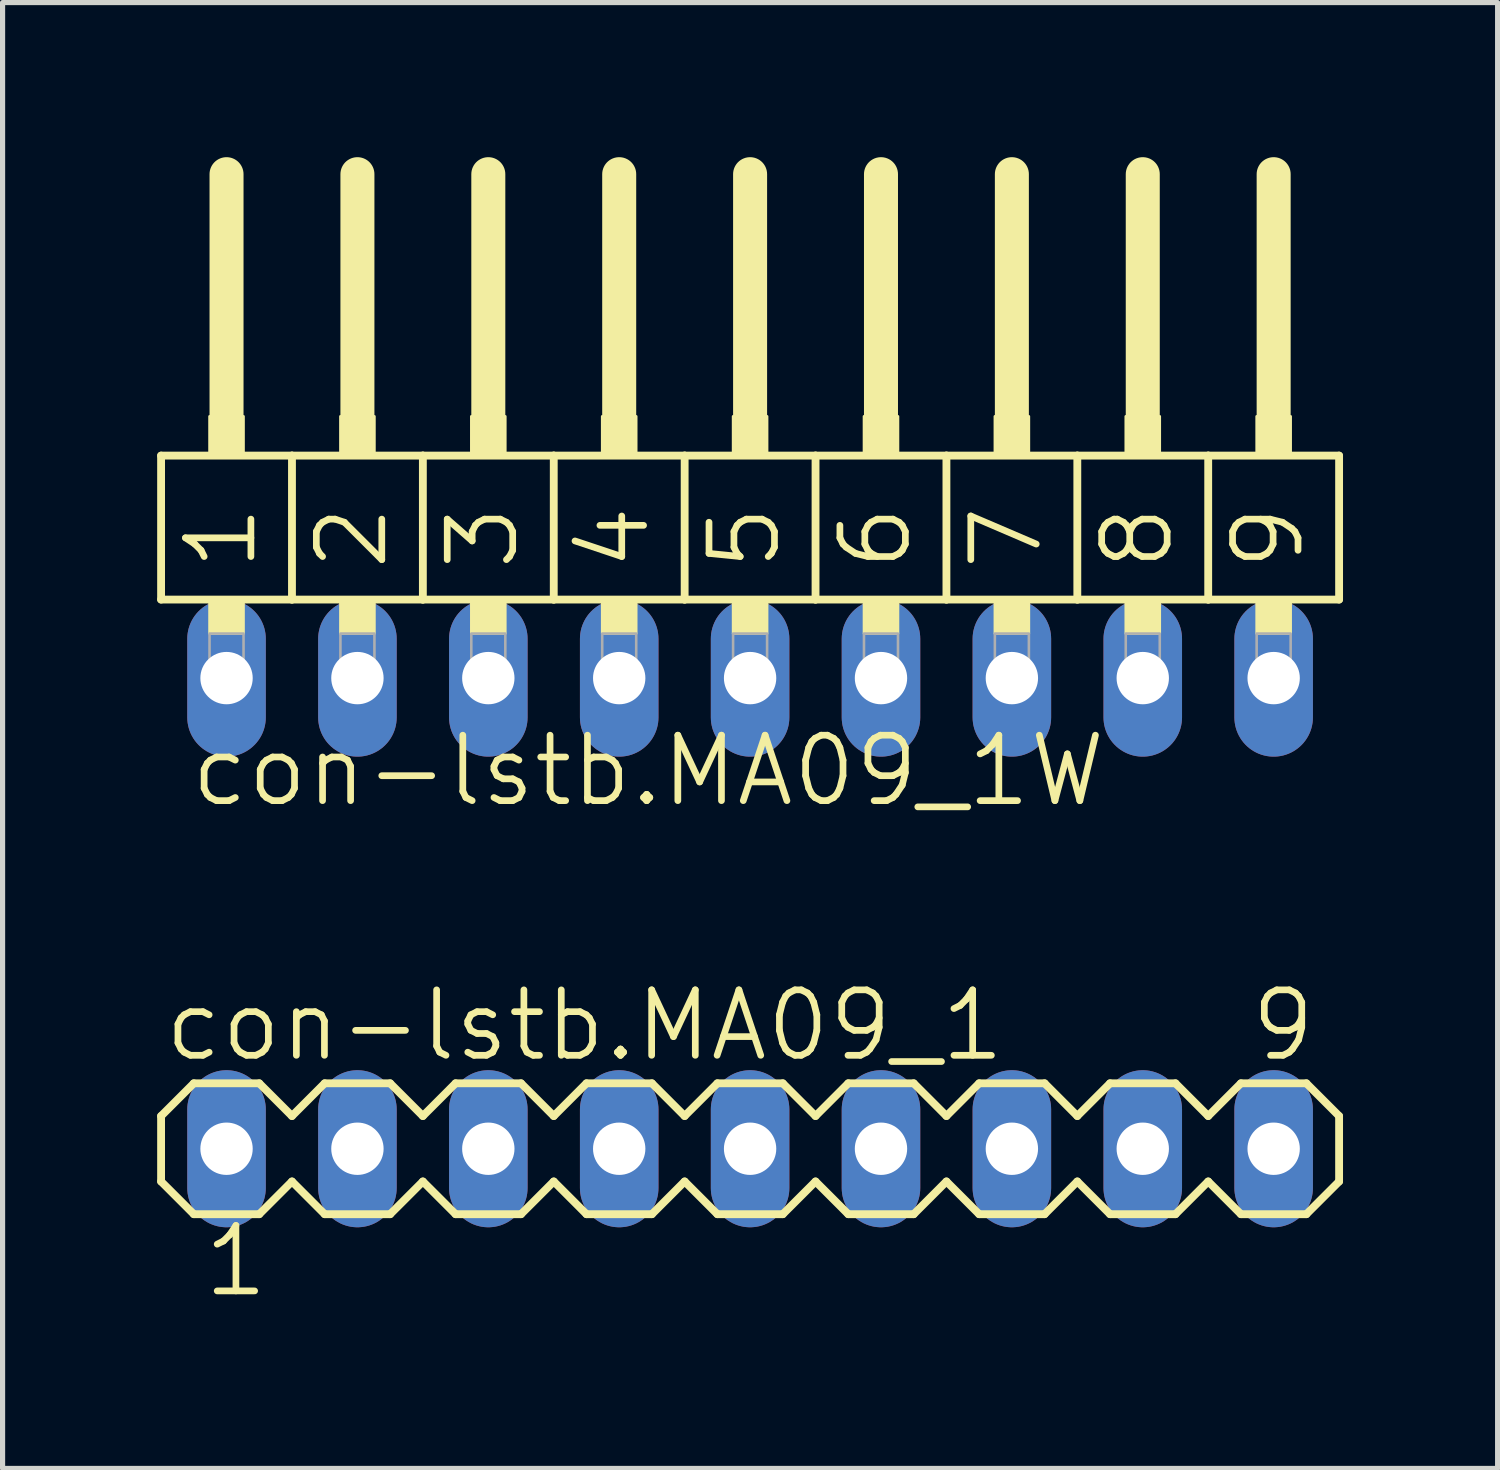
<source format=kicad_pcb>
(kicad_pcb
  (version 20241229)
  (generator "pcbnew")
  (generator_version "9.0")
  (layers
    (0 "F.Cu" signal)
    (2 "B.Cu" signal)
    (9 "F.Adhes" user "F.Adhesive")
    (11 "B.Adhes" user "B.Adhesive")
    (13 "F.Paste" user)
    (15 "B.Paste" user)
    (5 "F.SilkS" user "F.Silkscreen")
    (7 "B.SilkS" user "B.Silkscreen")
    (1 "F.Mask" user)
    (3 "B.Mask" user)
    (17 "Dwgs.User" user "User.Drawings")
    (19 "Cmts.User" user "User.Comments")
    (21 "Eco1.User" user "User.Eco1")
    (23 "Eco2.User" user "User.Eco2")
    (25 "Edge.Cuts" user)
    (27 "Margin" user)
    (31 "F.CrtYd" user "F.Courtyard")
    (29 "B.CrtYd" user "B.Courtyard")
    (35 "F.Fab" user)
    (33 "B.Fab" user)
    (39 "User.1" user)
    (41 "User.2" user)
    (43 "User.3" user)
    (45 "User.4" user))
  (footprint "con-lstb.MA09_1W"
    (layer "F.Cu")
    (at 11.506 10.109)
    (property "Reference" "con-lstb.MA09_1W" (at -10.922 2.54 0) (layer "F.SilkS") (effects (font (size 1.27 1.27) (thickness 0.13)) (justify left bottom)))
    (attr through_hole)
    (fp_line (start -11.43 -4.318) (end -8.89 -4.318) (stroke (width 0.152) (type default)) (layer "F.SilkS"))
    (fp_line (start -11.43 -1.524) (end -11.43 -4.318) (stroke (width 0.152) (type default)) (layer "F.SilkS"))
    (fp_line (start -10.16 -5.08) (end -10.16 -9.779) (stroke (width 0.66) (type default)) (layer "F.SilkS"))
    (fp_line (start -8.89 -4.318) (end -6.35 -4.318) (stroke (width 0.152) (type default)) (layer "F.SilkS"))
    (fp_line (start -8.89 -1.524) (end -11.43 -1.524) (stroke (width 0.152) (type default)) (layer "F.SilkS"))
    (fp_line (start -8.89 -1.524) (end -8.89 -4.318) (stroke (width 0.152) (type default)) (layer "F.SilkS"))
    (fp_line (start -8.89 -1.524) (end -6.35 -1.524) (stroke (width 0.152) (type default)) (layer "F.SilkS"))
    (fp_line (start -7.62 -5.08) (end -7.62 -9.779) (stroke (width 0.66) (type default)) (layer "F.SilkS"))
    (fp_line (start -6.35 -4.318) (end -3.81 -4.318) (stroke (width 0.152) (type default)) (layer "F.SilkS"))
    (fp_line (start -6.35 -1.524) (end -6.35 -4.318) (stroke (width 0.152) (type default)) (layer "F.SilkS"))
    (fp_line (start -5.08 -5.08) (end -5.08 -9.779) (stroke (width 0.66) (type default)) (layer "F.SilkS"))
    (fp_line (start -3.81 -4.318) (end -1.27 -4.318) (stroke (width 0.152) (type default)) (layer "F.SilkS"))
    (fp_line (start -3.81 -1.524) (end -6.35 -1.524) (stroke (width 0.152) (type default)) (layer "F.SilkS"))
    (fp_line (start -3.81 -1.524) (end -3.81 -4.318) (stroke (width 0.152) (type default)) (layer "F.SilkS"))
    (fp_line (start -2.54 -5.08) (end -2.54 -9.779) (stroke (width 0.66) (type default)) (layer "F.SilkS"))
    (fp_line (start -1.27 -4.318) (end 1.27 -4.318) (stroke (width 0.152) (type default)) (layer "F.SilkS"))
    (fp_line (start -1.27 -1.524) (end -3.81 -1.524) (stroke (width 0.152) (type default)) (layer "F.SilkS"))
    (fp_line (start -1.27 -1.524) (end -1.27 -4.318) (stroke (width 0.152) (type default)) (layer "F.SilkS"))
    (fp_line (start 0 -5.08) (end 0 -9.779) (stroke (width 0.66) (type default)) (layer "F.SilkS"))
    (fp_line (start 1.27 -4.318) (end 3.81 -4.318) (stroke (width 0.152) (type default)) (layer "F.SilkS"))
    (fp_line (start 1.27 -1.524) (end -1.27 -1.524) (stroke (width 0.152) (type default)) (layer "F.SilkS"))
    (fp_line (start 1.27 -1.524) (end 1.27 -4.318) (stroke (width 0.152) (type default)) (layer "F.SilkS"))
    (fp_line (start 2.54 -5.08) (end 2.54 -9.779) (stroke (width 0.66) (type default)) (layer "F.SilkS"))
    (fp_line (start 3.81 -4.318) (end 6.35 -4.318) (stroke (width 0.152) (type default)) (layer "F.SilkS"))
    (fp_line (start 3.81 -1.524) (end 1.27 -1.524) (stroke (width 0.152) (type default)) (layer "F.SilkS"))
    (fp_line (start 3.81 -1.524) (end 3.81 -4.318) (stroke (width 0.152) (type default)) (layer "F.SilkS"))
    (fp_line (start 3.81 -1.524) (end 6.35 -1.524) (stroke (width 0.152) (type default)) (layer "F.SilkS"))
    (fp_line (start 5.08 -5.08) (end 5.08 -9.779) (stroke (width 0.66) (type default)) (layer "F.SilkS"))
    (fp_line (start 6.35 -4.318) (end 8.89 -4.318) (stroke (width 0.152) (type default)) (layer "F.SilkS"))
    (fp_line (start 6.35 -1.524) (end 6.35 -4.318) (stroke (width 0.152) (type default)) (layer "F.SilkS"))
    (fp_line (start 7.62 -5.08) (end 7.62 -9.779) (stroke (width 0.66) (type default)) (layer "F.SilkS"))
    (fp_line (start 8.89 -4.318) (end 11.43 -4.318) (stroke (width 0.152) (type default)) (layer "F.SilkS"))
    (fp_line (start 8.89 -1.524) (end 6.35 -1.524) (stroke (width 0.152) (type default)) (layer "F.SilkS"))
    (fp_line (start 8.89 -1.524) (end 8.89 -4.318) (stroke (width 0.152) (type default)) (layer "F.SilkS"))
    (fp_line (start 10.16 -5.08) (end 10.16 -9.779) (stroke (width 0.66) (type default)) (layer "F.SilkS"))
    (fp_line (start 11.43 -1.524) (end 8.89 -1.524) (stroke (width 0.152) (type default)) (layer "F.SilkS"))
    (fp_line (start 11.43 -1.524) (end 11.43 -4.318) (stroke (width 0.152) (type default)) (layer "F.SilkS"))
    (fp_rect (start -10.49 -4.318) (end -9.83 -5.08) (stroke (width 0.05) (type default)) (fill yes) (layer "F.SilkS"))
    (fp_rect (start -10.49 -0.864) (end -9.83 -1.524) (stroke (width 0.05) (type default)) (fill yes) (layer "F.SilkS"))
    (fp_rect (start -7.95 -4.318) (end -7.29 -5.08) (stroke (width 0.05) (type default)) (fill yes) (layer "F.SilkS"))
    (fp_rect (start -7.95 -0.864) (end -7.29 -1.524) (stroke (width 0.05) (type default)) (fill yes) (layer "F.SilkS"))
    (fp_rect (start -5.41 -4.318) (end -4.75 -5.08) (stroke (width 0.05) (type default)) (fill yes) (layer "F.SilkS"))
    (fp_rect (start -5.41 -0.864) (end -4.75 -1.524) (stroke (width 0.05) (type default)) (fill yes) (layer "F.SilkS"))
    (fp_rect (start -2.87 -4.318) (end -2.21 -5.08) (stroke (width 0.05) (type default)) (fill yes) (layer "F.SilkS"))
    (fp_rect (start -2.87 -0.864) (end -2.21 -1.524) (stroke (width 0.05) (type default)) (fill yes) (layer "F.SilkS"))
    (fp_rect (start -0.33 -4.318) (end 0.33 -5.08) (stroke (width 0.05) (type default)) (fill yes) (layer "F.SilkS"))
    (fp_rect (start -0.33 -0.864) (end 0.33 -1.524) (stroke (width 0.05) (type default)) (fill yes) (layer "F.SilkS"))
    (fp_rect (start 2.21 -4.318) (end 2.87 -5.08) (stroke (width 0.05) (type default)) (fill yes) (layer "F.SilkS"))
    (fp_rect (start 2.21 -0.864) (end 2.87 -1.524) (stroke (width 0.05) (type default)) (fill yes) (layer "F.SilkS"))
    (fp_rect (start 4.75 -4.318) (end 5.41 -5.08) (stroke (width 0.05) (type default)) (fill yes) (layer "F.SilkS"))
    (fp_rect (start 4.75 -0.864) (end 5.41 -1.524) (stroke (width 0.05) (type default)) (fill yes) (layer "F.SilkS"))
    (fp_rect (start 7.29 -4.318) (end 7.95 -5.08) (stroke (width 0.05) (type default)) (fill yes) (layer "F.SilkS"))
    (fp_rect (start 7.29 -0.864) (end 7.95 -1.524) (stroke (width 0.05) (type default)) (fill yes) (layer "F.SilkS"))
    (fp_rect (start 9.83 -4.318) (end 10.49 -5.08) (stroke (width 0.05) (type default)) (fill yes) (layer "F.SilkS"))
    (fp_rect (start 9.83 -0.864) (end 10.49 -1.524) (stroke (width 0.05) (type default)) (fill yes) (layer "F.SilkS"))
    (fp_rect (start -10.49 0.33) (end -9.83 -0.864) (stroke (width 0.05) (type default)) (fill no) (layer "F.Fab"))
    (fp_rect (start -7.95 0.33) (end -7.29 -0.864) (stroke (width 0.05) (type default)) (fill no) (layer "F.Fab"))
    (fp_rect (start -5.41 0.33) (end -4.75 -0.864) (stroke (width 0.05) (type default)) (fill no) (layer "F.Fab"))
    (fp_rect (start -2.87 0.33) (end -2.21 -0.864) (stroke (width 0.05) (type default)) (fill no) (layer "F.Fab"))
    (fp_rect (start -0.33 0.33) (end 0.33 -0.864) (stroke (width 0.05) (type default)) (fill no) (layer "F.Fab"))
    (fp_rect (start 2.21 0.33) (end 2.87 -0.864) (stroke (width 0.05) (type default)) (fill no) (layer "F.Fab"))
    (fp_rect (start 4.75 0.33) (end 5.41 -0.864) (stroke (width 0.05) (type default)) (fill no) (layer "F.Fab"))
    (fp_rect (start 7.29 0.33) (end 7.95 -0.864) (stroke (width 0.05) (type default)) (fill no) (layer "F.Fab"))
    (fp_rect (start 9.83 0.33) (end 10.49 -0.864) (stroke (width 0.05) (type default)) (fill no) (layer "F.Fab"))
    (fp_text user "5" (at 0.635 -2.032 90) (layer "F.SilkS") (effects (font (size 1.27 1.27) (thickness 0.13)) (justify left bottom)))
    (fp_text user "3" (at -4.445 -2.032 90) (layer "F.SilkS") (effects (font (size 1.27 1.27) (thickness 0.13)) (justify left bottom)))
    (fp_text user "4" (at -1.905 -2.032 90) (layer "F.SilkS") (effects (font (size 1.27 1.27) (thickness 0.13)) (justify left bottom)))
    (fp_text user "8" (at 8.255 -2.032 90) (layer "F.SilkS") (effects (font (size 1.27 1.27) (thickness 0.13)) (justify left bottom)))
    (fp_text user "9" (at 10.795 -2.032 90) (layer "F.SilkS") (effects (font (size 1.27 1.27) (thickness 0.13)) (justify left bottom)))
    (fp_text user "6" (at 3.175 -2.032 90) (layer "F.SilkS") (effects (font (size 1.27 1.27) (thickness 0.13)) (justify left bottom)))
    (fp_text user "2" (at -6.985 -2.032 90) (layer "F.SilkS") (effects (font (size 1.27 1.27) (thickness 0.13)) (justify left bottom)))
    (fp_text user "1" (at -9.525 -2.032 90) (layer "F.SilkS") (effects (font (size 1.27 1.27) (thickness 0.13)) (justify left bottom)))
    (fp_text user "7" (at 5.715 -2.032 90) (layer "F.SilkS") (effects (font (size 1.27 1.27) (thickness 0.13)) (justify left bottom)))
    (pad "1" thru_hole oval (at -10.16 0 90) (size 3.048 1.524) (drill 1.016) (layers "*.Cu" "*.Mask"))
    (pad "2" thru_hole oval (at -7.62 0 90) (size 3.048 1.524) (drill 1.016) (layers "*.Cu" "*.Mask"))
    (pad "3" thru_hole oval (at -5.08 0 90) (size 3.048 1.524) (drill 1.016) (layers "*.Cu" "*.Mask"))
    (pad "4" thru_hole oval (at -2.54 0 90) (size 3.048 1.524) (drill 1.016) (layers "*.Cu" "*.Mask"))
    (pad "5" thru_hole oval (at 0 0 90) (size 3.048 1.524) (drill 1.016) (layers "*.Cu" "*.Mask"))
    (pad "6" thru_hole oval (at 2.54 0 90) (size 3.048 1.524) (drill 1.016) (layers "*.Cu" "*.Mask"))
    (pad "7" thru_hole oval (at 5.08 0 90) (size 3.048 1.524) (drill 1.016) (layers "*.Cu" "*.Mask"))
    (pad "8" thru_hole oval (at 7.62 0 90) (size 3.048 1.524) (drill 1.016) (layers "*.Cu" "*.Mask"))
    (pad "9" thru_hole oval (at 10.16 0 90) (size 3.048 1.524) (drill 1.016) (layers "*.Cu" "*.Mask")))
  (footprint "con-lstb.MA09_1"
    (layer "F.Cu")
    (at 11.506 19.242)
    (property "Reference" "con-lstb.MA09_1" (at -11.43 -1.651 0) (layer "F.SilkS") (effects (font (size 1.27 1.27) (thickness 0.13)) (justify left bottom)))
    (attr through_hole)
    (fp_line (start -11.43 -0.635) (end -11.43 0.635) (stroke (width 0.152) (type default)) (layer "F.SilkS"))
    (fp_line (start -11.43 0.635) (end -10.795 1.27) (stroke (width 0.152) (type default)) (layer "F.SilkS"))
    (fp_line (start -10.795 -1.27) (end -11.43 -0.635) (stroke (width 0.152) (type default)) (layer "F.SilkS"))
    (fp_line (start -10.795 -1.27) (end -9.525 -1.27) (stroke (width 0.152) (type default)) (layer "F.SilkS"))
    (fp_line (start -9.525 -1.27) (end -8.89 -0.635) (stroke (width 0.152) (type default)) (layer "F.SilkS"))
    (fp_line (start -9.525 1.27) (end -10.795 1.27) (stroke (width 0.152) (type default)) (layer "F.SilkS"))
    (fp_line (start -8.89 -0.635) (end -8.255 -1.27) (stroke (width 0.152) (type default)) (layer "F.SilkS"))
    (fp_line (start -8.89 0.635) (end -9.525 1.27) (stroke (width 0.152) (type default)) (layer "F.SilkS"))
    (fp_line (start -8.255 -1.27) (end -6.985 -1.27) (stroke (width 0.152) (type default)) (layer "F.SilkS"))
    (fp_line (start -8.255 1.27) (end -8.89 0.635) (stroke (width 0.152) (type default)) (layer "F.SilkS"))
    (fp_line (start -6.985 -1.27) (end -6.35 -0.635) (stroke (width 0.152) (type default)) (layer "F.SilkS"))
    (fp_line (start -6.985 1.27) (end -8.255 1.27) (stroke (width 0.152) (type default)) (layer "F.SilkS"))
    (fp_line (start -6.35 -0.635) (end -5.715 -1.27) (stroke (width 0.152) (type default)) (layer "F.SilkS"))
    (fp_line (start -6.35 0.635) (end -6.985 1.27) (stroke (width 0.152) (type default)) (layer "F.SilkS"))
    (fp_line (start -5.715 -1.27) (end -4.445 -1.27) (stroke (width 0.152) (type default)) (layer "F.SilkS"))
    (fp_line (start -5.715 1.27) (end -6.35 0.635) (stroke (width 0.152) (type default)) (layer "F.SilkS"))
    (fp_line (start -4.445 -1.27) (end -3.81 -0.635) (stroke (width 0.152) (type default)) (layer "F.SilkS"))
    (fp_line (start -4.445 1.27) (end -5.715 1.27) (stroke (width 0.152) (type default)) (layer "F.SilkS"))
    (fp_line (start -3.81 0.635) (end -4.445 1.27) (stroke (width 0.152) (type default)) (layer "F.SilkS"))
    (fp_line (start -3.81 0.635) (end -3.175 1.27) (stroke (width 0.152) (type default)) (layer "F.SilkS"))
    (fp_line (start -3.175 -1.27) (end -3.81 -0.635) (stroke (width 0.152) (type default)) (layer "F.SilkS"))
    (fp_line (start -3.175 -1.27) (end -1.905 -1.27) (stroke (width 0.152) (type default)) (layer "F.SilkS"))
    (fp_line (start -1.905 -1.27) (end -1.27 -0.635) (stroke (width 0.152) (type default)) (layer "F.SilkS"))
    (fp_line (start -1.905 1.27) (end -3.175 1.27) (stroke (width 0.152) (type default)) (layer "F.SilkS"))
    (fp_line (start -1.27 0.635) (end -1.905 1.27) (stroke (width 0.152) (type default)) (layer "F.SilkS"))
    (fp_line (start -1.27 0.635) (end -0.635 1.27) (stroke (width 0.152) (type default)) (layer "F.SilkS"))
    (fp_line (start -0.635 -1.27) (end -1.27 -0.635) (stroke (width 0.152) (type default)) (layer "F.SilkS"))
    (fp_line (start -0.635 -1.27) (end 0.635 -1.27) (stroke (width 0.152) (type default)) (layer "F.SilkS"))
    (fp_line (start 0.635 -1.27) (end 1.27 -0.635) (stroke (width 0.152) (type default)) (layer "F.SilkS"))
    (fp_line (start 0.635 1.27) (end -0.635 1.27) (stroke (width 0.152) (type default)) (layer "F.SilkS"))
    (fp_line (start 1.27 -0.635) (end 1.905 -1.27) (stroke (width 0.152) (type default)) (layer "F.SilkS"))
    (fp_line (start 1.27 0.635) (end 0.635 1.27) (stroke (width 0.152) (type default)) (layer "F.SilkS"))
    (fp_line (start 1.905 -1.27) (end 3.175 -1.27) (stroke (width 0.152) (type default)) (layer "F.SilkS"))
    (fp_line (start 1.905 1.27) (end 1.27 0.635) (stroke (width 0.152) (type default)) (layer "F.SilkS"))
    (fp_line (start 3.175 -1.27) (end 3.81 -0.635) (stroke (width 0.152) (type default)) (layer "F.SilkS"))
    (fp_line (start 3.175 1.27) (end 1.905 1.27) (stroke (width 0.152) (type default)) (layer "F.SilkS"))
    (fp_line (start 3.81 -0.635) (end 4.445 -1.27) (stroke (width 0.152) (type default)) (layer "F.SilkS"))
    (fp_line (start 3.81 0.635) (end 3.175 1.27) (stroke (width 0.152) (type default)) (layer "F.SilkS"))
    (fp_line (start 4.445 -1.27) (end 5.715 -1.27) (stroke (width 0.152) (type default)) (layer "F.SilkS"))
    (fp_line (start 4.445 1.27) (end 3.81 0.635) (stroke (width 0.152) (type default)) (layer "F.SilkS"))
    (fp_line (start 5.715 -1.27) (end 6.35 -0.635) (stroke (width 0.152) (type default)) (layer "F.SilkS"))
    (fp_line (start 5.715 1.27) (end 4.445 1.27) (stroke (width 0.152) (type default)) (layer "F.SilkS"))
    (fp_line (start 6.35 0.635) (end 5.715 1.27) (stroke (width 0.152) (type default)) (layer "F.SilkS"))
    (fp_line (start 6.35 0.635) (end 6.985 1.27) (stroke (width 0.152) (type default)) (layer "F.SilkS"))
    (fp_line (start 6.985 -1.27) (end 6.35 -0.635) (stroke (width 0.152) (type default)) (layer "F.SilkS"))
    (fp_line (start 6.985 -1.27) (end 8.255 -1.27) (stroke (width 0.152) (type default)) (layer "F.SilkS"))
    (fp_line (start 8.255 -1.27) (end 8.89 -0.635) (stroke (width 0.152) (type default)) (layer "F.SilkS"))
    (fp_line (start 8.255 1.27) (end 6.985 1.27) (stroke (width 0.152) (type default)) (layer "F.SilkS"))
    (fp_line (start 8.89 0.635) (end 8.255 1.27) (stroke (width 0.152) (type default)) (layer "F.SilkS"))
    (fp_line (start 8.89 0.635) (end 9.525 1.27) (stroke (width 0.152) (type default)) (layer "F.SilkS"))
    (fp_line (start 9.525 -1.27) (end 8.89 -0.635) (stroke (width 0.152) (type default)) (layer "F.SilkS"))
    (fp_line (start 9.525 -1.27) (end 10.795 -1.27) (stroke (width 0.152) (type default)) (layer "F.SilkS"))
    (fp_line (start 10.795 -1.27) (end 11.43 -0.635) (stroke (width 0.152) (type default)) (layer "F.SilkS"))
    (fp_line (start 10.795 1.27) (end 9.525 1.27) (stroke (width 0.152) (type default)) (layer "F.SilkS"))
    (fp_line (start 11.43 -0.635) (end 11.43 0.635) (stroke (width 0.152) (type default)) (layer "F.SilkS"))
    (fp_line (start 11.43 0.635) (end 10.795 1.27) (stroke (width 0.152) (type default)) (layer "F.SilkS"))
    (fp_rect (start -10.414 0.254) (end -9.906 -0.254) (stroke (width 0.05) (type default)) (fill no) (layer "F.Fab"))
    (fp_rect (start -7.874 0.254) (end -7.366 -0.254) (stroke (width 0.05) (type default)) (fill no) (layer "F.Fab"))
    (fp_rect (start -5.334 0.254) (end -4.826 -0.254) (stroke (width 0.05) (type default)) (fill no) (layer "F.Fab"))
    (fp_rect (start -2.794 0.254) (end -2.286 -0.254) (stroke (width 0.05) (type default)) (fill no) (layer "F.Fab"))
    (fp_rect (start -0.254 0.254) (end 0.254 -0.254) (stroke (width 0.05) (type default)) (fill no) (layer "F.Fab"))
    (fp_rect (start 2.286 0.254) (end 2.794 -0.254) (stroke (width 0.05) (type default)) (fill no) (layer "F.Fab"))
    (fp_rect (start 4.826 0.254) (end 5.334 -0.254) (stroke (width 0.05) (type default)) (fill no) (layer "F.Fab"))
    (fp_rect (start 7.366 0.254) (end 7.874 -0.254) (stroke (width 0.05) (type default)) (fill no) (layer "F.Fab"))
    (fp_rect (start 9.906 0.254) (end 10.414 -0.254) (stroke (width 0.05) (type default)) (fill no) (layer "F.Fab"))
    (fp_text user "1" (at -10.668 2.921 0) (layer "F.SilkS") (effects (font (size 1.27 1.27) (thickness 0.13)) (justify left bottom)))
    (fp_text user "9" (at 9.652 -1.651 0) (layer "F.SilkS") (effects (font (size 1.27 1.27) (thickness 0.13)) (justify left bottom)))
    (pad "1" thru_hole oval (at -10.16 0 90) (size 3.048 1.524) (drill 1.016) (layers "*.Cu" "*.Mask"))
    (pad "2" thru_hole oval (at -7.62 0 90) (size 3.048 1.524) (drill 1.016) (layers "*.Cu" "*.Mask"))
    (pad "3" thru_hole oval (at -5.08 0 90) (size 3.048 1.524) (drill 1.016) (layers "*.Cu" "*.Mask"))
    (pad "4" thru_hole oval (at -2.54 0 90) (size 3.048 1.524) (drill 1.016) (layers "*.Cu" "*.Mask"))
    (pad "5" thru_hole oval (at 0 0 90) (size 3.048 1.524) (drill 1.016) (layers "*.Cu" "*.Mask"))
    (pad "6" thru_hole oval (at 2.54 0 90) (size 3.048 1.524) (drill 1.016) (layers "*.Cu" "*.Mask"))
    (pad "7" thru_hole oval (at 5.08 0 90) (size 3.048 1.524) (drill 1.016) (layers "*.Cu" "*.Mask"))
    (pad "8" thru_hole oval (at 7.62 0 90) (size 3.048 1.524) (drill 1.016) (layers "*.Cu" "*.Mask"))
    (pad "9" thru_hole oval (at 10.16 0 90) (size 3.048 1.524) (drill 1.016) (layers "*.Cu" "*.Mask")))
  (gr_rect
    (start -3 -3)
    (end 26.012 25.446)
    (stroke (width 0.1) (type default))
    (fill no)
    (layer "Edge.Cuts")))
</source>
